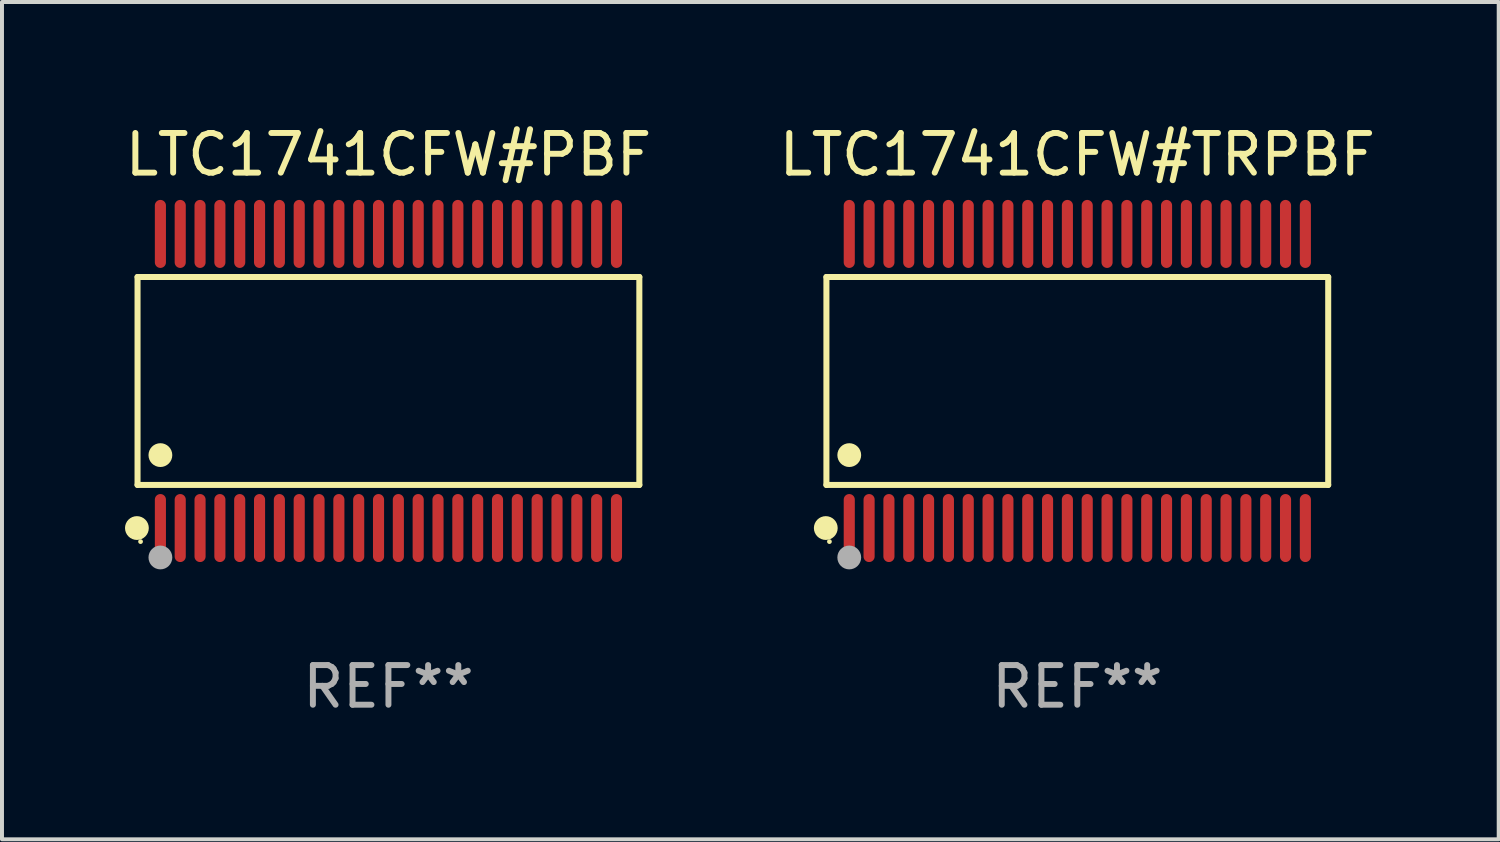
<source format=kicad_pcb>
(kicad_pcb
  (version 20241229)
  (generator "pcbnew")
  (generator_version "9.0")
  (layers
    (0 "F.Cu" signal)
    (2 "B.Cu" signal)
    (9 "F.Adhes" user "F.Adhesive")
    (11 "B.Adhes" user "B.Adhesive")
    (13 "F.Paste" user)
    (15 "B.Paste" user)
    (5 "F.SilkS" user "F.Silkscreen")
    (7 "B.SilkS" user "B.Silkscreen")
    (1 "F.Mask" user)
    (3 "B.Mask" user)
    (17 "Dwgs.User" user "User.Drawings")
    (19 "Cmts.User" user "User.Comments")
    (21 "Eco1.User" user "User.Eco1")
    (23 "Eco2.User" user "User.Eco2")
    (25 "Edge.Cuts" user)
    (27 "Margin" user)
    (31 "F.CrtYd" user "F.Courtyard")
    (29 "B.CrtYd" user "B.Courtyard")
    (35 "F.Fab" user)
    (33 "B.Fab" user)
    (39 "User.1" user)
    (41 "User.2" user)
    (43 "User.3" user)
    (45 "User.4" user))
  (footprint "LTC1741CFW#PBF"
    (layer "F.Cu")
    (at 6.744 6.556)
    (property "Reference" "LTC1741CFW#PBF" (at 0 -5.708 0) (layer "F.SilkS") (effects (font (size 1 1) (thickness 0.15))))
    (attr through_hole)
    (fp_line (start -6.326 -2.622) (end 6.326 -2.622) (stroke (width 0.152) (type solid)) (layer "F.SilkS"))
    (fp_line (start -6.326 2.621) (end -6.326 -2.622) (stroke (width 0.152) (type solid)) (layer "F.SilkS"))
    (fp_line (start 6.326 -2.622) (end 6.326 2.621) (stroke (width 0.152) (type solid)) (layer "F.SilkS"))
    (fp_line (start 6.326 2.621) (end -6.326 2.621) (stroke (width 0.152) (type solid)) (layer "F.SilkS"))
    (fp_circle (center -6.342 3.708) (end -6.192 3.708) (stroke (width 0.3) (type solid)) (fill no) (layer "F.SilkS"))
    (fp_circle (center -6.25 4.05) (end -6.22 4.05) (stroke (width 0.06) (type solid)) (fill no) (layer "F.SilkS"))
    (fp_circle (center -5.75 1.869) (end -5.6 1.869) (stroke (width 0.3) (type solid)) (fill no) (layer "F.SilkS"))
    (fp_circle (center -5.75 4.45) (end -5.6 4.45) (stroke (width 0.3) (type solid)) (fill no) (layer "F.Fab"))
    (fp_text user "REF**" (at 0 7.708 0) (layer "F.Fab") (effects (font (size 1 1) (thickness 0.15))))
    (pad "1" smd oval (at -5.75 3.708) (size 0.28 1.715) (layers "F.Cu" "F.Mask" "F.Paste"))
    (pad "2" smd oval (at -5.25 3.708) (size 0.28 1.715) (layers "F.Cu" "F.Mask" "F.Paste"))
    (pad "3" smd oval (at -4.75 3.708) (size 0.28 1.715) (layers "F.Cu" "F.Mask" "F.Paste"))
    (pad "4" smd oval (at -4.25 3.708) (size 0.28 1.715) (layers "F.Cu" "F.Mask" "F.Paste"))
    (pad "5" smd oval (at -3.75 3.708) (size 0.28 1.715) (layers "F.Cu" "F.Mask" "F.Paste"))
    (pad "6" smd oval (at -3.25 3.708) (size 0.28 1.715) (layers "F.Cu" "F.Mask" "F.Paste"))
    (pad "7" smd oval (at -2.75 3.708) (size 0.28 1.715) (layers "F.Cu" "F.Mask" "F.Paste"))
    (pad "8" smd oval (at -2.25 3.708) (size 0.28 1.715) (layers "F.Cu" "F.Mask" "F.Paste"))
    (pad "9" smd oval (at -1.75 3.708) (size 0.28 1.715) (layers "F.Cu" "F.Mask" "F.Paste"))
    (pad "10" smd oval (at -1.25 3.708) (size 0.28 1.715) (layers "F.Cu" "F.Mask" "F.Paste"))
    (pad "11" smd oval (at -0.75 3.708) (size 0.28 1.715) (layers "F.Cu" "F.Mask" "F.Paste"))
    (pad "12" smd oval (at -0.25 3.708) (size 0.28 1.715) (layers "F.Cu" "F.Mask" "F.Paste"))
    (pad "13" smd oval (at 0.25 3.708) (size 0.28 1.715) (layers "F.Cu" "F.Mask" "F.Paste"))
    (pad "14" smd oval (at 0.75 3.708) (size 0.28 1.715) (layers "F.Cu" "F.Mask" "F.Paste"))
    (pad "15" smd oval (at 1.25 3.708) (size 0.28 1.715) (layers "F.Cu" "F.Mask" "F.Paste"))
    (pad "16" smd oval (at 1.75 3.708) (size 0.28 1.715) (layers "F.Cu" "F.Mask" "F.Paste"))
    (pad "17" smd oval (at 2.25 3.708) (size 0.28 1.715) (layers "F.Cu" "F.Mask" "F.Paste"))
    (pad "18" smd oval (at 2.75 3.708) (size 0.28 1.715) (layers "F.Cu" "F.Mask" "F.Paste"))
    (pad "19" smd oval (at 3.25 3.708) (size 0.28 1.715) (layers "F.Cu" "F.Mask" "F.Paste"))
    (pad "20" smd oval (at 3.75 3.708) (size 0.28 1.715) (layers "F.Cu" "F.Mask" "F.Paste"))
    (pad "21" smd oval (at 4.25 3.708) (size 0.28 1.715) (layers "F.Cu" "F.Mask" "F.Paste"))
    (pad "22" smd oval (at 4.75 3.708) (size 0.28 1.715) (layers "F.Cu" "F.Mask" "F.Paste"))
    (pad "23" smd oval (at 5.25 3.708) (size 0.28 1.715) (layers "F.Cu" "F.Mask" "F.Paste"))
    (pad "24" smd oval (at 5.75 3.708) (size 0.28 1.715) (layers "F.Cu" "F.Mask" "F.Paste"))
    (pad "25" smd oval (at 5.75 -3.708) (size 0.28 1.715) (layers "F.Cu" "F.Mask" "F.Paste"))
    (pad "26" smd oval (at 5.25 -3.708) (size 0.28 1.715) (layers "F.Cu" "F.Mask" "F.Paste"))
    (pad "27" smd oval (at 4.75 -3.708) (size 0.28 1.715) (layers "F.Cu" "F.Mask" "F.Paste"))
    (pad "28" smd oval (at 4.25 -3.708) (size 0.28 1.715) (layers "F.Cu" "F.Mask" "F.Paste"))
    (pad "29" smd oval (at 3.75 -3.708) (size 0.28 1.715) (layers "F.Cu" "F.Mask" "F.Paste"))
    (pad "30" smd oval (at 3.25 -3.708) (size 0.28 1.715) (layers "F.Cu" "F.Mask" "F.Paste"))
    (pad "31" smd oval (at 2.75 -3.708) (size 0.28 1.715) (layers "F.Cu" "F.Mask" "F.Paste"))
    (pad "32" smd oval (at 2.25 -3.708) (size 0.28 1.715) (layers "F.Cu" "F.Mask" "F.Paste"))
    (pad "33" smd oval (at 1.75 -3.708) (size 0.28 1.715) (layers "F.Cu" "F.Mask" "F.Paste"))
    (pad "34" smd oval (at 1.25 -3.708) (size 0.28 1.715) (layers "F.Cu" "F.Mask" "F.Paste"))
    (pad "35" smd oval (at 0.75 -3.708) (size 0.28 1.715) (layers "F.Cu" "F.Mask" "F.Paste"))
    (pad "36" smd oval (at 0.25 -3.708) (size 0.28 1.715) (layers "F.Cu" "F.Mask" "F.Paste"))
    (pad "37" smd oval (at -0.25 -3.708) (size 0.28 1.715) (layers "F.Cu" "F.Mask" "F.Paste"))
    (pad "38" smd oval (at -0.75 -3.708) (size 0.28 1.715) (layers "F.Cu" "F.Mask" "F.Paste"))
    (pad "39" smd oval (at -1.25 -3.708) (size 0.28 1.715) (layers "F.Cu" "F.Mask" "F.Paste"))
    (pad "40" smd oval (at -1.75 -3.708) (size 0.28 1.715) (layers "F.Cu" "F.Mask" "F.Paste"))
    (pad "41" smd oval (at -2.25 -3.708) (size 0.28 1.715) (layers "F.Cu" "F.Mask" "F.Paste"))
    (pad "42" smd oval (at -2.75 -3.708) (size 0.28 1.715) (layers "F.Cu" "F.Mask" "F.Paste"))
    (pad "43" smd oval (at -3.25 -3.708) (size 0.28 1.715) (layers "F.Cu" "F.Mask" "F.Paste"))
    (pad "44" smd oval (at -3.75 -3.708) (size 0.28 1.715) (layers "F.Cu" "F.Mask" "F.Paste"))
    (pad "45" smd oval (at -4.25 -3.708) (size 0.28 1.715) (layers "F.Cu" "F.Mask" "F.Paste"))
    (pad "46" smd oval (at -4.75 -3.708) (size 0.28 1.715) (layers "F.Cu" "F.Mask" "F.Paste"))
    (pad "47" smd oval (at -5.25 -3.708) (size 0.28 1.715) (layers "F.Cu" "F.Mask" "F.Paste"))
    (pad "48" smd oval (at -5.75 -3.708) (size 0.28 1.715) (layers "F.Cu" "F.Mask" "F.Paste")))
  (footprint "LTC1741CFW#TRPBF"
    (layer "F.Cu")
    (at 24.113 6.556)
    (property "Reference" "LTC1741CFW#TRPBF" (at 0 -5.708 0) (layer "F.SilkS") (effects (font (size 1 1) (thickness 0.15))))
    (attr through_hole)
    (fp_line (start -6.326 -2.622) (end 6.326 -2.622) (stroke (width 0.152) (type solid)) (layer "F.SilkS"))
    (fp_line (start -6.326 2.621) (end -6.326 -2.622) (stroke (width 0.152) (type solid)) (layer "F.SilkS"))
    (fp_line (start 6.326 -2.622) (end 6.326 2.621) (stroke (width 0.152) (type solid)) (layer "F.SilkS"))
    (fp_line (start 6.326 2.621) (end -6.326 2.621) (stroke (width 0.152) (type solid)) (layer "F.SilkS"))
    (fp_circle (center -6.342 3.708) (end -6.192 3.708) (stroke (width 0.3) (type solid)) (fill no) (layer "F.SilkS"))
    (fp_circle (center -6.25 4.05) (end -6.22 4.05) (stroke (width 0.06) (type solid)) (fill no) (layer "F.SilkS"))
    (fp_circle (center -5.75 1.869) (end -5.6 1.869) (stroke (width 0.3) (type solid)) (fill no) (layer "F.SilkS"))
    (fp_circle (center -5.75 4.45) (end -5.6 4.45) (stroke (width 0.3) (type solid)) (fill no) (layer "F.Fab"))
    (fp_text user "REF**" (at 0 7.708 0) (layer "F.Fab") (effects (font (size 1 1) (thickness 0.15))))
    (pad "1" smd oval (at -5.75 3.708) (size 0.28 1.715) (layers "F.Cu" "F.Mask" "F.Paste"))
    (pad "2" smd oval (at -5.25 3.708) (size 0.28 1.715) (layers "F.Cu" "F.Mask" "F.Paste"))
    (pad "3" smd oval (at -4.75 3.708) (size 0.28 1.715) (layers "F.Cu" "F.Mask" "F.Paste"))
    (pad "4" smd oval (at -4.25 3.708) (size 0.28 1.715) (layers "F.Cu" "F.Mask" "F.Paste"))
    (pad "5" smd oval (at -3.75 3.708) (size 0.28 1.715) (layers "F.Cu" "F.Mask" "F.Paste"))
    (pad "6" smd oval (at -3.25 3.708) (size 0.28 1.715) (layers "F.Cu" "F.Mask" "F.Paste"))
    (pad "7" smd oval (at -2.75 3.708) (size 0.28 1.715) (layers "F.Cu" "F.Mask" "F.Paste"))
    (pad "8" smd oval (at -2.25 3.708) (size 0.28 1.715) (layers "F.Cu" "F.Mask" "F.Paste"))
    (pad "9" smd oval (at -1.75 3.708) (size 0.28 1.715) (layers "F.Cu" "F.Mask" "F.Paste"))
    (pad "10" smd oval (at -1.25 3.708) (size 0.28 1.715) (layers "F.Cu" "F.Mask" "F.Paste"))
    (pad "11" smd oval (at -0.75 3.708) (size 0.28 1.715) (layers "F.Cu" "F.Mask" "F.Paste"))
    (pad "12" smd oval (at -0.25 3.708) (size 0.28 1.715) (layers "F.Cu" "F.Mask" "F.Paste"))
    (pad "13" smd oval (at 0.25 3.708) (size 0.28 1.715) (layers "F.Cu" "F.Mask" "F.Paste"))
    (pad "14" smd oval (at 0.75 3.708) (size 0.28 1.715) (layers "F.Cu" "F.Mask" "F.Paste"))
    (pad "15" smd oval (at 1.25 3.708) (size 0.28 1.715) (layers "F.Cu" "F.Mask" "F.Paste"))
    (pad "16" smd oval (at 1.75 3.708) (size 0.28 1.715) (layers "F.Cu" "F.Mask" "F.Paste"))
    (pad "17" smd oval (at 2.25 3.708) (size 0.28 1.715) (layers "F.Cu" "F.Mask" "F.Paste"))
    (pad "18" smd oval (at 2.75 3.708) (size 0.28 1.715) (layers "F.Cu" "F.Mask" "F.Paste"))
    (pad "19" smd oval (at 3.25 3.708) (size 0.28 1.715) (layers "F.Cu" "F.Mask" "F.Paste"))
    (pad "20" smd oval (at 3.75 3.708) (size 0.28 1.715) (layers "F.Cu" "F.Mask" "F.Paste"))
    (pad "21" smd oval (at 4.25 3.708) (size 0.28 1.715) (layers "F.Cu" "F.Mask" "F.Paste"))
    (pad "22" smd oval (at 4.75 3.708) (size 0.28 1.715) (layers "F.Cu" "F.Mask" "F.Paste"))
    (pad "23" smd oval (at 5.25 3.708) (size 0.28 1.715) (layers "F.Cu" "F.Mask" "F.Paste"))
    (pad "24" smd oval (at 5.75 3.708) (size 0.28 1.715) (layers "F.Cu" "F.Mask" "F.Paste"))
    (pad "25" smd oval (at 5.75 -3.708) (size 0.28 1.715) (layers "F.Cu" "F.Mask" "F.Paste"))
    (pad "26" smd oval (at 5.25 -3.708) (size 0.28 1.715) (layers "F.Cu" "F.Mask" "F.Paste"))
    (pad "27" smd oval (at 4.75 -3.708) (size 0.28 1.715) (layers "F.Cu" "F.Mask" "F.Paste"))
    (pad "28" smd oval (at 4.25 -3.708) (size 0.28 1.715) (layers "F.Cu" "F.Mask" "F.Paste"))
    (pad "29" smd oval (at 3.75 -3.708) (size 0.28 1.715) (layers "F.Cu" "F.Mask" "F.Paste"))
    (pad "30" smd oval (at 3.25 -3.708) (size 0.28 1.715) (layers "F.Cu" "F.Mask" "F.Paste"))
    (pad "31" smd oval (at 2.75 -3.708) (size 0.28 1.715) (layers "F.Cu" "F.Mask" "F.Paste"))
    (pad "32" smd oval (at 2.25 -3.708) (size 0.28 1.715) (layers "F.Cu" "F.Mask" "F.Paste"))
    (pad "33" smd oval (at 1.75 -3.708) (size 0.28 1.715) (layers "F.Cu" "F.Mask" "F.Paste"))
    (pad "34" smd oval (at 1.25 -3.708) (size 0.28 1.715) (layers "F.Cu" "F.Mask" "F.Paste"))
    (pad "35" smd oval (at 0.75 -3.708) (size 0.28 1.715) (layers "F.Cu" "F.Mask" "F.Paste"))
    (pad "36" smd oval (at 0.25 -3.708) (size 0.28 1.715) (layers "F.Cu" "F.Mask" "F.Paste"))
    (pad "37" smd oval (at -0.25 -3.708) (size 0.28 1.715) (layers "F.Cu" "F.Mask" "F.Paste"))
    (pad "38" smd oval (at -0.75 -3.708) (size 0.28 1.715) (layers "F.Cu" "F.Mask" "F.Paste"))
    (pad "39" smd oval (at -1.25 -3.708) (size 0.28 1.715) (layers "F.Cu" "F.Mask" "F.Paste"))
    (pad "40" smd oval (at -1.75 -3.708) (size 0.28 1.715) (layers "F.Cu" "F.Mask" "F.Paste"))
    (pad "41" smd oval (at -2.25 -3.708) (size 0.28 1.715) (layers "F.Cu" "F.Mask" "F.Paste"))
    (pad "42" smd oval (at -2.75 -3.708) (size 0.28 1.715) (layers "F.Cu" "F.Mask" "F.Paste"))
    (pad "43" smd oval (at -3.25 -3.708) (size 0.28 1.715) (layers "F.Cu" "F.Mask" "F.Paste"))
    (pad "44" smd oval (at -3.75 -3.708) (size 0.28 1.715) (layers "F.Cu" "F.Mask" "F.Paste"))
    (pad "45" smd oval (at -4.25 -3.708) (size 0.28 1.715) (layers "F.Cu" "F.Mask" "F.Paste"))
    (pad "46" smd oval (at -4.75 -3.708) (size 0.28 1.715) (layers "F.Cu" "F.Mask" "F.Paste"))
    (pad "47" smd oval (at -5.25 -3.708) (size 0.28 1.715) (layers "F.Cu" "F.Mask" "F.Paste"))
    (pad "48" smd oval (at -5.75 -3.708) (size 0.28 1.715) (layers "F.Cu" "F.Mask" "F.Paste")))
  (gr_rect
    (start -3 -3)
    (end 34.738 18.112)
    (stroke (width 0.1) (type default))
    (fill no)
    (layer "Edge.Cuts")))
</source>
